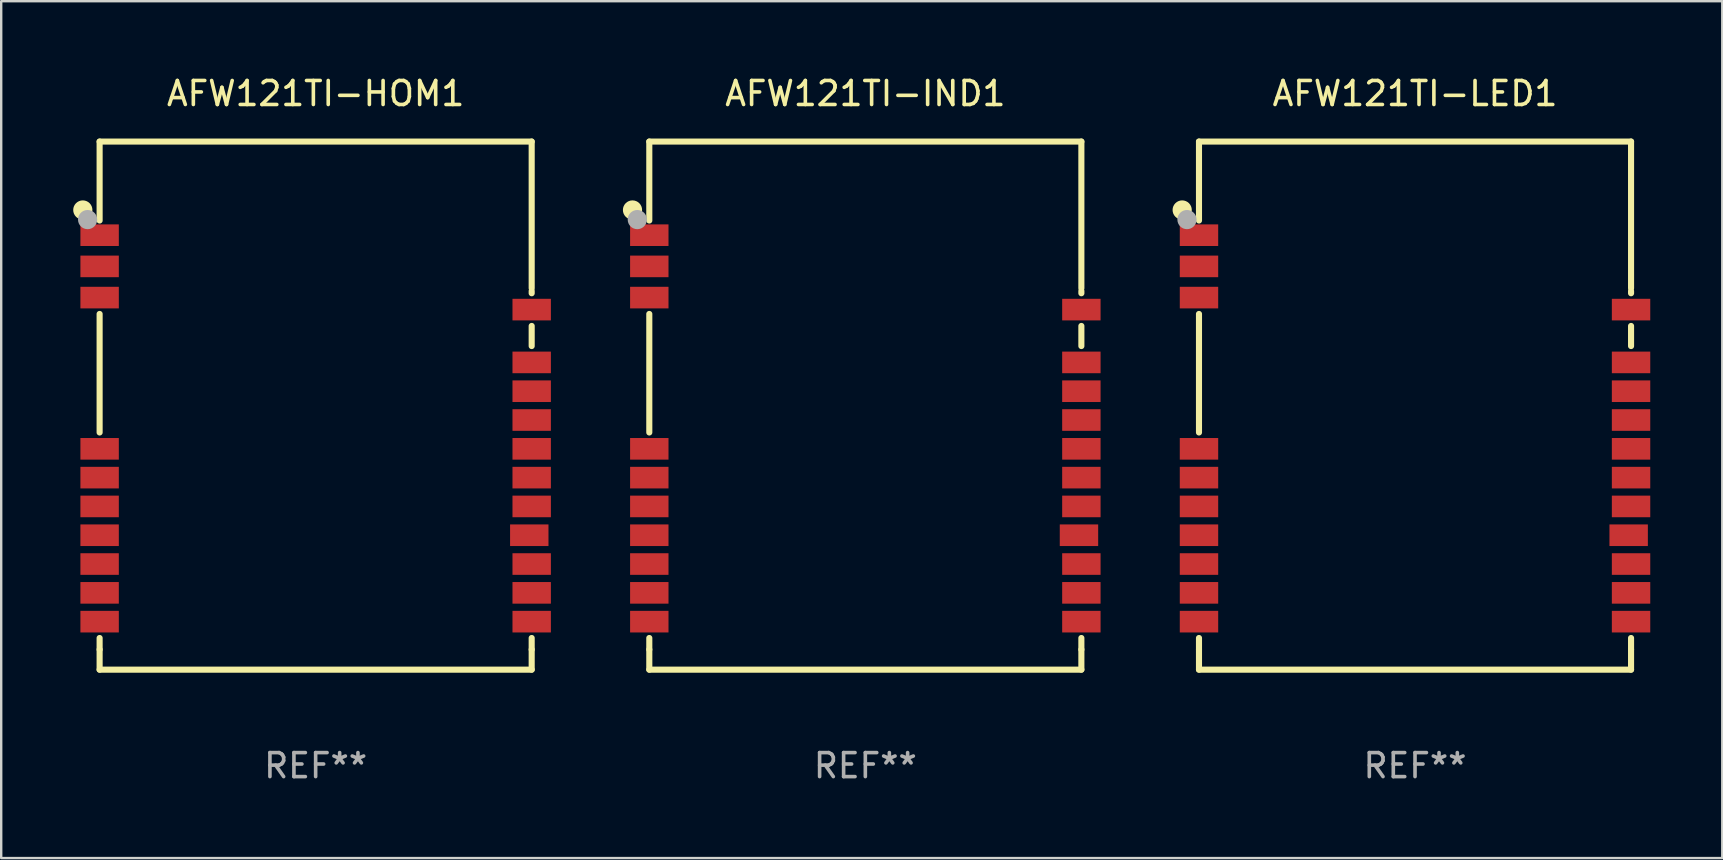
<source format=kicad_pcb>
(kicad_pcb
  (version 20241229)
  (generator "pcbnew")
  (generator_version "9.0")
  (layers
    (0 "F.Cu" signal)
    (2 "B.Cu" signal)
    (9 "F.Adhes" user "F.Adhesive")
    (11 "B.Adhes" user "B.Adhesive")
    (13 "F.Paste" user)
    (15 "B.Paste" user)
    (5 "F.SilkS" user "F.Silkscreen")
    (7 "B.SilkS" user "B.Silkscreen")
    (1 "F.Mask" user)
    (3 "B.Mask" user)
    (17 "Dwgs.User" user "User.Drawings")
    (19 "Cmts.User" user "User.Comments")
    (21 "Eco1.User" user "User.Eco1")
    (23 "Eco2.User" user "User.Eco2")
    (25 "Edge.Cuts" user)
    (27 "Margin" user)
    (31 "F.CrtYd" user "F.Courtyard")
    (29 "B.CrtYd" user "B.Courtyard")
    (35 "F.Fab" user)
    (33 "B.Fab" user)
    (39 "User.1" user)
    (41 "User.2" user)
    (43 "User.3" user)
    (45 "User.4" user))
  (footprint "AFW121TI-HOM1"
    (layer "F.Cu")
    (at 10.1 13.848)
    (property "Reference" "AFW121TI-HOM1" (at 0 -13 0) (layer "F.SilkS") (effects (font (size 1 1) (thickness 0.15))))
    (attr through_hole)
    (fp_line (start -9 -11) (end -9 -7.711) (stroke (width 0.254) (type solid)) (layer "F.SilkS"))
    (fp_line (start -9 1.119) (end -9 -3.819) (stroke (width 0.254) (type solid)) (layer "F.SilkS"))
    (fp_line (start -9 10.161) (end -9 9.681) (stroke (width 0.254) (type solid)) (layer "F.SilkS"))
    (fp_line (start -9 10.161) (end -9 11) (stroke (width 0.254) (type solid)) (layer "F.SilkS"))
    (fp_line (start -9 11) (end 9 11) (stroke (width 0.254) (type solid)) (layer "F.SilkS"))
    (fp_line (start 9 -11) (end -9 -11) (stroke (width 0.254) (type solid)) (layer "F.SilkS"))
    (fp_line (start 9 -4.891) (end 9 -11) (stroke (width 0.254) (type solid)) (layer "F.SilkS"))
    (fp_line (start 9 -4.681) (end 9 -4.775) (stroke (width 0.254) (type solid)) (layer "F.SilkS"))
    (fp_line (start 9 -2.481) (end 9 -3.319) (stroke (width 0.254) (type solid)) (layer "F.SilkS"))
    (fp_line (start 9 10.161) (end 9 9.681) (stroke (width 0.254) (type solid)) (layer "F.SilkS"))
    (fp_line (start 9 11) (end 9 10.161) (stroke (width 0.254) (type solid)) (layer "F.SilkS"))
    (fp_circle (center -9.7 -8.15) (end -9.5 -8.15) (stroke (width 0.4) (type solid)) (fill no) (layer "F.SilkS"))
    (fp_circle (center -9 -11) (end -8.97 -11) (stroke (width 0.06) (type solid)) (fill no) (layer "F.SilkS"))
    (fp_circle (center -9.5 -7.75) (end -9.3 -7.75) (stroke (width 0.4) (type solid)) (fill no) (layer "F.Fab"))
    (fp_text user "REF**" (at 0 15 0) (layer "F.Fab") (effects (font (size 1 1) (thickness 0.15))))
    (pad "1" smd rect (at -9 -7.1) (size 1.6 0.9) (layers "F.Cu" "F.Mask" "F.Paste"))
    (pad "2" smd rect (at -9 -5.8) (size 1.6 0.9) (layers "F.Cu" "F.Mask" "F.Paste"))
    (pad "3" smd rect (at -9 -4.5) (size 1.6 0.9) (layers "F.Cu" "F.Mask" "F.Paste"))
    (pad "4" smd rect (at -9 1.8) (size 1.6 0.9) (layers "F.Cu" "F.Mask" "F.Paste"))
    (pad "5" smd rect (at -9 3) (size 1.6 0.9) (layers "F.Cu" "F.Mask" "F.Paste"))
    (pad "6" smd rect (at -9 4.2) (size 1.6 0.9) (layers "F.Cu" "F.Mask" "F.Paste"))
    (pad "7" smd rect (at -9 5.4) (size 1.6 0.9) (layers "F.Cu" "F.Mask" "F.Paste"))
    (pad "8" smd rect (at -9 6.6) (size 1.6 0.9) (layers "F.Cu" "F.Mask" "F.Paste"))
    (pad "9" smd rect (at -9 7.8) (size 1.6 0.9) (layers "F.Cu" "F.Mask" "F.Paste"))
    (pad "10" smd rect (at -9 9) (size 1.6 0.9) (layers "F.Cu" "F.Mask" "F.Paste"))
    (pad "11" smd rect (at 9 9) (size 1.6 0.9) (layers "F.Cu" "F.Mask" "F.Paste"))
    (pad "12" smd rect (at 9 7.8) (size 1.6 0.9) (layers "F.Cu" "F.Mask" "F.Paste"))
    (pad "13" smd rect (at 9 6.6) (size 1.6 0.9) (layers "F.Cu" "F.Mask" "F.Paste"))
    (pad "14" smd rect (at 8.9 5.4) (size 1.6 0.9) (layers "F.Cu" "F.Mask" "F.Paste"))
    (pad "15" smd rect (at 9 4.2) (size 1.6 0.9) (layers "F.Cu" "F.Mask" "F.Paste"))
    (pad "16" smd rect (at 9 3) (size 1.6 0.9) (layers "F.Cu" "F.Mask" "F.Paste"))
    (pad "17" smd rect (at 9 1.8) (size 1.6 0.9) (layers "F.Cu" "F.Mask" "F.Paste"))
    (pad "18" smd rect (at 9 0.6) (size 1.6 0.9) (layers "F.Cu" "F.Mask" "F.Paste"))
    (pad "19" smd rect (at 9 -0.6) (size 1.6 0.9) (layers "F.Cu" "F.Mask" "F.Paste"))
    (pad "20" smd rect (at 9 -1.8) (size 1.6 0.9) (layers "F.Cu" "F.Mask" "F.Paste"))
    (pad "21" smd rect (at 9 -4) (size 1.6 0.9) (layers "F.Cu" "F.Mask" "F.Paste")))
  (footprint "AFW121TI-LED1"
    (layer "F.Cu")
    (at 55.9 13.848)
    (property "Reference" "AFW121TI-LED1" (at 0 -13 0) (layer "F.SilkS") (effects (font (size 1 1) (thickness 0.15))))
    (attr through_hole)
    (fp_line (start -9 -11) (end -9 -7.711) (stroke (width 0.254) (type solid)) (layer "F.SilkS"))
    (fp_line (start -9 1.119) (end -9 -3.819) (stroke (width 0.254) (type solid)) (layer "F.SilkS"))
    (fp_line (start -9 10.161) (end -9 9.681) (stroke (width 0.254) (type solid)) (layer "F.SilkS"))
    (fp_line (start -9 10.161) (end -9 11) (stroke (width 0.254) (type solid)) (layer "F.SilkS"))
    (fp_line (start -9 11) (end 9 11) (stroke (width 0.254) (type solid)) (layer "F.SilkS"))
    (fp_line (start 9 -11) (end -9 -11) (stroke (width 0.254) (type solid)) (layer "F.SilkS"))
    (fp_line (start 9 -4.891) (end 9 -11) (stroke (width 0.254) (type solid)) (layer "F.SilkS"))
    (fp_line (start 9 -4.681) (end 9 -4.775) (stroke (width 0.254) (type solid)) (layer "F.SilkS"))
    (fp_line (start 9 -2.481) (end 9 -3.319) (stroke (width 0.254) (type solid)) (layer "F.SilkS"))
    (fp_line (start 9 10.161) (end 9 9.681) (stroke (width 0.254) (type solid)) (layer "F.SilkS"))
    (fp_line (start 9 11) (end 9 10.161) (stroke (width 0.254) (type solid)) (layer "F.SilkS"))
    (fp_circle (center -9.7 -8.15) (end -9.5 -8.15) (stroke (width 0.4) (type solid)) (fill no) (layer "F.SilkS"))
    (fp_circle (center -9 -11) (end -8.97 -11) (stroke (width 0.06) (type solid)) (fill no) (layer "F.SilkS"))
    (fp_circle (center -9.5 -7.75) (end -9.3 -7.75) (stroke (width 0.4) (type solid)) (fill no) (layer "F.Fab"))
    (fp_text user "REF**" (at 0 15 0) (layer "F.Fab") (effects (font (size 1 1) (thickness 0.15))))
    (pad "1" smd rect (at -9 -7.1) (size 1.6 0.9) (layers "F.Cu" "F.Mask" "F.Paste"))
    (pad "2" smd rect (at -9 -5.8) (size 1.6 0.9) (layers "F.Cu" "F.Mask" "F.Paste"))
    (pad "3" smd rect (at -9 -4.5) (size 1.6 0.9) (layers "F.Cu" "F.Mask" "F.Paste"))
    (pad "4" smd rect (at -9 1.8) (size 1.6 0.9) (layers "F.Cu" "F.Mask" "F.Paste"))
    (pad "5" smd rect (at -9 3) (size 1.6 0.9) (layers "F.Cu" "F.Mask" "F.Paste"))
    (pad "6" smd rect (at -9 4.2) (size 1.6 0.9) (layers "F.Cu" "F.Mask" "F.Paste"))
    (pad "7" smd rect (at -9 5.4) (size 1.6 0.9) (layers "F.Cu" "F.Mask" "F.Paste"))
    (pad "8" smd rect (at -9 6.6) (size 1.6 0.9) (layers "F.Cu" "F.Mask" "F.Paste"))
    (pad "9" smd rect (at -9 7.8) (size 1.6 0.9) (layers "F.Cu" "F.Mask" "F.Paste"))
    (pad "10" smd rect (at -9 9) (size 1.6 0.9) (layers "F.Cu" "F.Mask" "F.Paste"))
    (pad "11" smd rect (at 9 9) (size 1.6 0.9) (layers "F.Cu" "F.Mask" "F.Paste"))
    (pad "12" smd rect (at 9 7.8) (size 1.6 0.9) (layers "F.Cu" "F.Mask" "F.Paste"))
    (pad "13" smd rect (at 9 6.6) (size 1.6 0.9) (layers "F.Cu" "F.Mask" "F.Paste"))
    (pad "14" smd rect (at 8.9 5.4) (size 1.6 0.9) (layers "F.Cu" "F.Mask" "F.Paste"))
    (pad "15" smd rect (at 9 4.2) (size 1.6 0.9) (layers "F.Cu" "F.Mask" "F.Paste"))
    (pad "16" smd rect (at 9 3) (size 1.6 0.9) (layers "F.Cu" "F.Mask" "F.Paste"))
    (pad "17" smd rect (at 9 1.8) (size 1.6 0.9) (layers "F.Cu" "F.Mask" "F.Paste"))
    (pad "18" smd rect (at 9 0.6) (size 1.6 0.9) (layers "F.Cu" "F.Mask" "F.Paste"))
    (pad "19" smd rect (at 9 -0.6) (size 1.6 0.9) (layers "F.Cu" "F.Mask" "F.Paste"))
    (pad "20" smd rect (at 9 -1.8) (size 1.6 0.9) (layers "F.Cu" "F.Mask" "F.Paste"))
    (pad "21" smd rect (at 9 -4) (size 1.6 0.9) (layers "F.Cu" "F.Mask" "F.Paste")))
  (footprint "AFW121TI-IND1"
    (layer "F.Cu")
    (at 33 13.848)
    (property "Reference" "AFW121TI-IND1" (at 0 -13 0) (layer "F.SilkS") (effects (font (size 1 1) (thickness 0.15))))
    (attr through_hole)
    (fp_line (start -9 -11) (end -9 -7.711) (stroke (width 0.254) (type solid)) (layer "F.SilkS"))
    (fp_line (start -9 1.119) (end -9 -3.819) (stroke (width 0.254) (type solid)) (layer "F.SilkS"))
    (fp_line (start -9 10.161) (end -9 9.681) (stroke (width 0.254) (type solid)) (layer "F.SilkS"))
    (fp_line (start -9 10.161) (end -9 11) (stroke (width 0.254) (type solid)) (layer "F.SilkS"))
    (fp_line (start -9 11) (end 9 11) (stroke (width 0.254) (type solid)) (layer "F.SilkS"))
    (fp_line (start 9 -11) (end -9 -11) (stroke (width 0.254) (type solid)) (layer "F.SilkS"))
    (fp_line (start 9 -4.891) (end 9 -11) (stroke (width 0.254) (type solid)) (layer "F.SilkS"))
    (fp_line (start 9 -4.681) (end 9 -4.775) (stroke (width 0.254) (type solid)) (layer "F.SilkS"))
    (fp_line (start 9 -2.481) (end 9 -3.319) (stroke (width 0.254) (type solid)) (layer "F.SilkS"))
    (fp_line (start 9 10.161) (end 9 9.681) (stroke (width 0.254) (type solid)) (layer "F.SilkS"))
    (fp_line (start 9 11) (end 9 10.161) (stroke (width 0.254) (type solid)) (layer "F.SilkS"))
    (fp_circle (center -9.7 -8.15) (end -9.5 -8.15) (stroke (width 0.4) (type solid)) (fill no) (layer "F.SilkS"))
    (fp_circle (center -9 -11) (end -8.97 -11) (stroke (width 0.06) (type solid)) (fill no) (layer "F.SilkS"))
    (fp_circle (center -9.5 -7.75) (end -9.3 -7.75) (stroke (width 0.4) (type solid)) (fill no) (layer "F.Fab"))
    (fp_text user "REF**" (at 0 15 0) (layer "F.Fab") (effects (font (size 1 1) (thickness 0.15))))
    (pad "1" smd rect (at -9 -7.1) (size 1.6 0.9) (layers "F.Cu" "F.Mask" "F.Paste"))
    (pad "2" smd rect (at -9 -5.8) (size 1.6 0.9) (layers "F.Cu" "F.Mask" "F.Paste"))
    (pad "3" smd rect (at -9 -4.5) (size 1.6 0.9) (layers "F.Cu" "F.Mask" "F.Paste"))
    (pad "4" smd rect (at -9 1.8) (size 1.6 0.9) (layers "F.Cu" "F.Mask" "F.Paste"))
    (pad "5" smd rect (at -9 3) (size 1.6 0.9) (layers "F.Cu" "F.Mask" "F.Paste"))
    (pad "6" smd rect (at -9 4.2) (size 1.6 0.9) (layers "F.Cu" "F.Mask" "F.Paste"))
    (pad "7" smd rect (at -9 5.4) (size 1.6 0.9) (layers "F.Cu" "F.Mask" "F.Paste"))
    (pad "8" smd rect (at -9 6.6) (size 1.6 0.9) (layers "F.Cu" "F.Mask" "F.Paste"))
    (pad "9" smd rect (at -9 7.8) (size 1.6 0.9) (layers "F.Cu" "F.Mask" "F.Paste"))
    (pad "10" smd rect (at -9 9) (size 1.6 0.9) (layers "F.Cu" "F.Mask" "F.Paste"))
    (pad "11" smd rect (at 9 9) (size 1.6 0.9) (layers "F.Cu" "F.Mask" "F.Paste"))
    (pad "12" smd rect (at 9 7.8) (size 1.6 0.9) (layers "F.Cu" "F.Mask" "F.Paste"))
    (pad "13" smd rect (at 9 6.6) (size 1.6 0.9) (layers "F.Cu" "F.Mask" "F.Paste"))
    (pad "14" smd rect (at 8.9 5.4) (size 1.6 0.9) (layers "F.Cu" "F.Mask" "F.Paste"))
    (pad "15" smd rect (at 9 4.2) (size 1.6 0.9) (layers "F.Cu" "F.Mask" "F.Paste"))
    (pad "16" smd rect (at 9 3) (size 1.6 0.9) (layers "F.Cu" "F.Mask" "F.Paste"))
    (pad "17" smd rect (at 9 1.8) (size 1.6 0.9) (layers "F.Cu" "F.Mask" "F.Paste"))
    (pad "18" smd rect (at 9 0.6) (size 1.6 0.9) (layers "F.Cu" "F.Mask" "F.Paste"))
    (pad "19" smd rect (at 9 -0.6) (size 1.6 0.9) (layers "F.Cu" "F.Mask" "F.Paste"))
    (pad "20" smd rect (at 9 -1.8) (size 1.6 0.9) (layers "F.Cu" "F.Mask" "F.Paste"))
    (pad "21" smd rect (at 9 -4) (size 1.6 0.9) (layers "F.Cu" "F.Mask" "F.Paste")))
  (gr_rect
    (start -3 -3)
    (end 68.7 32.697)
    (stroke (width 0.1) (type default))
    (fill no)
    (layer "Edge.Cuts")))
</source>
